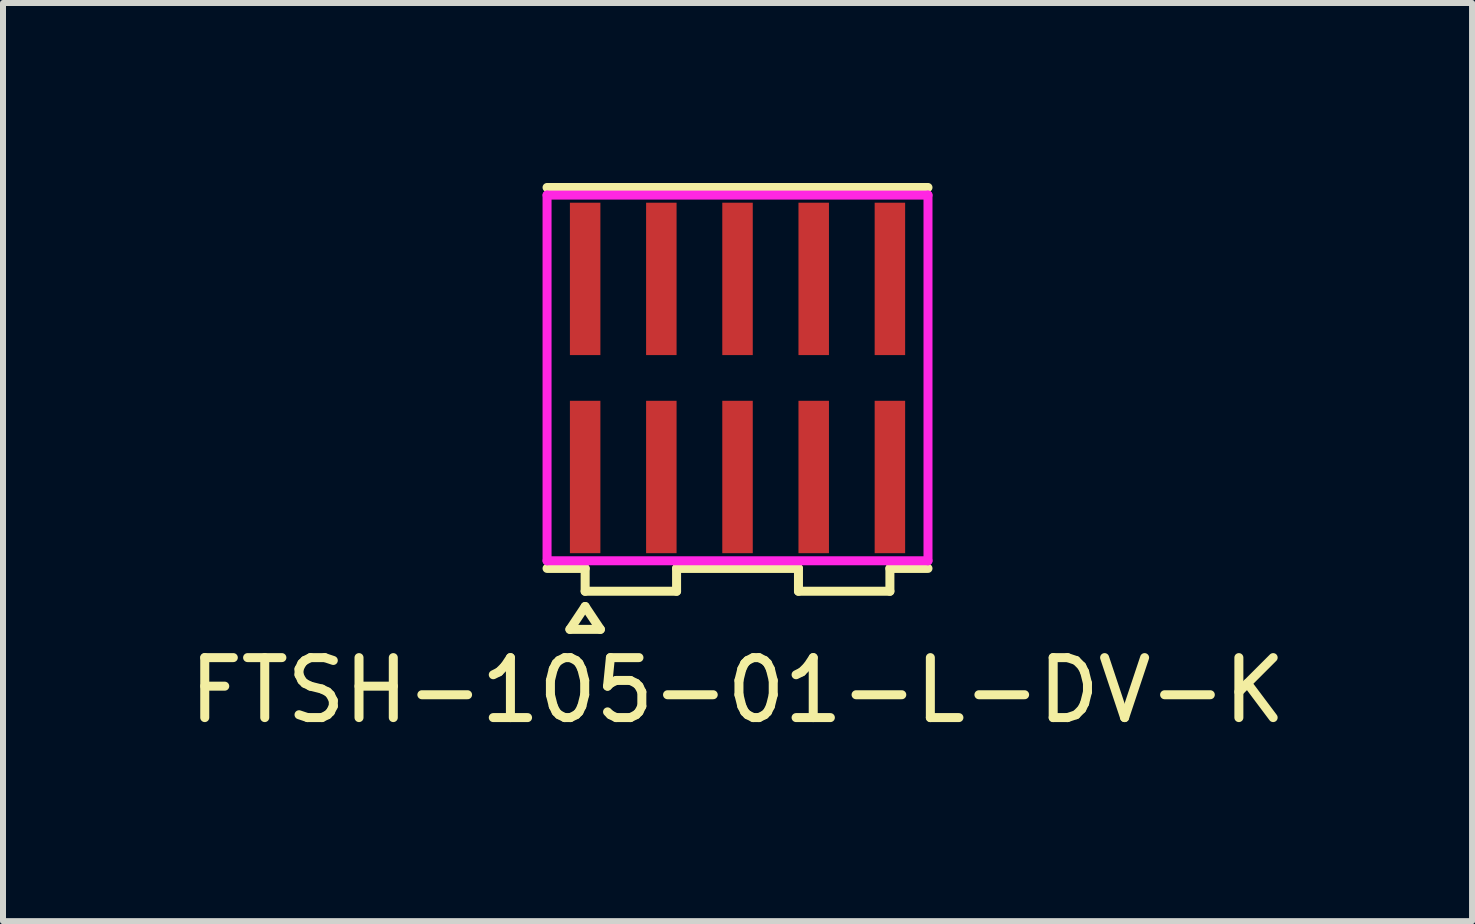
<source format=kicad_pcb>
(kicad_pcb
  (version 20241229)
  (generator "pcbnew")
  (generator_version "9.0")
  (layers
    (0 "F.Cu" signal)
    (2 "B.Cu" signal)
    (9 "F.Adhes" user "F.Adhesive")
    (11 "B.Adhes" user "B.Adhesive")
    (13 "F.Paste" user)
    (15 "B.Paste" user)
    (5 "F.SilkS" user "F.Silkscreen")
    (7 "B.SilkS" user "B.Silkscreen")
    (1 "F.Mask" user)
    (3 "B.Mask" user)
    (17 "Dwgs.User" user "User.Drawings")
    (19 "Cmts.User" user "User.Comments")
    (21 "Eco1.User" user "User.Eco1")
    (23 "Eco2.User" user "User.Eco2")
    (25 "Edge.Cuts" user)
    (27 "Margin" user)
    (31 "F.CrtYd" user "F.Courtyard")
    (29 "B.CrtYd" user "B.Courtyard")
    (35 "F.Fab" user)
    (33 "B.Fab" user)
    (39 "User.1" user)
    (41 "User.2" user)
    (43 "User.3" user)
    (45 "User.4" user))
  (footprint "FTSH-105-01-L-DV-K"
    (layer "F.Cu")
    (at 9.244 3.25)
    (property "Reference" "FTSH-105-01-L-DV-K" (at 0 5.207 0) (layer "F.SilkS") (effects (font (size 1 1) (thickness 0.15))))
    (attr smd)
    (fp_line (start -3.175 -3.175) (end 3.175 -3.175) (stroke (width 0.15) (type solid)) (layer "F.SilkS"))
    (fp_line (start -2.794 4.191) (end -2.286 4.191) (stroke (width 0.15) (type solid)) (layer "F.SilkS"))
    (fp_line (start -2.54 3.175) (end -3.175 3.175) (stroke (width 0.15) (type solid)) (layer "F.SilkS"))
    (fp_line (start -2.54 3.175) (end -2.54 3.556) (stroke (width 0.15) (type solid)) (layer "F.SilkS"))
    (fp_line (start -2.54 3.556) (end -1.016 3.556) (stroke (width 0.15) (type solid)) (layer "F.SilkS"))
    (fp_line (start -2.54 3.81) (end -2.794 4.191) (stroke (width 0.15) (type solid)) (layer "F.SilkS"))
    (fp_line (start -2.286 4.191) (end -2.54 3.81) (stroke (width 0.15) (type solid)) (layer "F.SilkS"))
    (fp_line (start -1.016 3.175) (end 1.016 3.175) (stroke (width 0.15) (type solid)) (layer "F.SilkS"))
    (fp_line (start -1.016 3.556) (end -1.016 3.175) (stroke (width 0.15) (type solid)) (layer "F.SilkS"))
    (fp_line (start 1.016 3.175) (end 1.016 3.556) (stroke (width 0.15) (type solid)) (layer "F.SilkS"))
    (fp_line (start 1.016 3.556) (end 2.54 3.556) (stroke (width 0.15) (type solid)) (layer "F.SilkS"))
    (fp_line (start 2.54 3.175) (end 3.175 3.175) (stroke (width 0.15) (type solid)) (layer "F.SilkS"))
    (fp_line (start 2.54 3.556) (end 2.54 3.175) (stroke (width 0.15) (type solid)) (layer "F.SilkS"))
    (fp_line (start -3.175 -3.048) (end 3.175 -3.048) (stroke (width 0.15) (type solid)) (layer "F.CrtYd"))
    (fp_line (start -3.175 3.048) (end -3.175 -3.048) (stroke (width 0.15) (type solid)) (layer "F.CrtYd"))
    (fp_line (start 3.175 -3.048) (end 3.175 3.048) (stroke (width 0.15) (type solid)) (layer "F.CrtYd"))
    (fp_line (start 3.175 3.048) (end -3.175 3.048) (stroke (width 0.15) (type solid)) (layer "F.CrtYd"))
    (pad "1" smd rect (at -2.54 1.651) (size 0.508 2.54) (layers "F.Cu" "F.Mask" "F.Paste"))
    (pad "2" smd rect (at -2.54 -1.651) (size 0.508 2.54) (layers "F.Cu" "F.Mask" "F.Paste"))
    (pad "3" smd rect (at -1.27 1.651) (size 0.508 2.54) (layers "F.Cu" "F.Mask" "F.Paste"))
    (pad "4" smd rect (at -1.27 -1.651) (size 0.508 2.54) (layers "F.Cu" "F.Mask" "F.Paste"))
    (pad "5" smd rect (at 0 1.651) (size 0.508 2.54) (layers "F.Cu" "F.Mask" "F.Paste"))
    (pad "6" smd rect (at 0 -1.651) (size 0.508 2.54) (layers "F.Cu" "F.Mask" "F.Paste"))
    (pad "7" smd rect (at 1.27 1.651) (size 0.508 2.54) (layers "F.Cu" "F.Mask" "F.Paste"))
    (pad "8" smd rect (at 1.27 -1.651) (size 0.508 2.54) (layers "F.Cu" "F.Mask" "F.Paste"))
    (pad "9" smd rect (at 2.54 1.651) (size 0.508 2.54) (layers "F.Cu" "F.Mask" "F.Paste"))
    (pad "10" smd rect (at 2.54 -1.651) (size 0.508 2.54) (layers "F.Cu" "F.Mask" "F.Paste")))
  (gr_rect
    (start -3 -3)
    (end 21.488 12.305)
    (stroke (width 0.1) (type default))
    (fill no)
    (layer "Edge.Cuts")))
</source>
